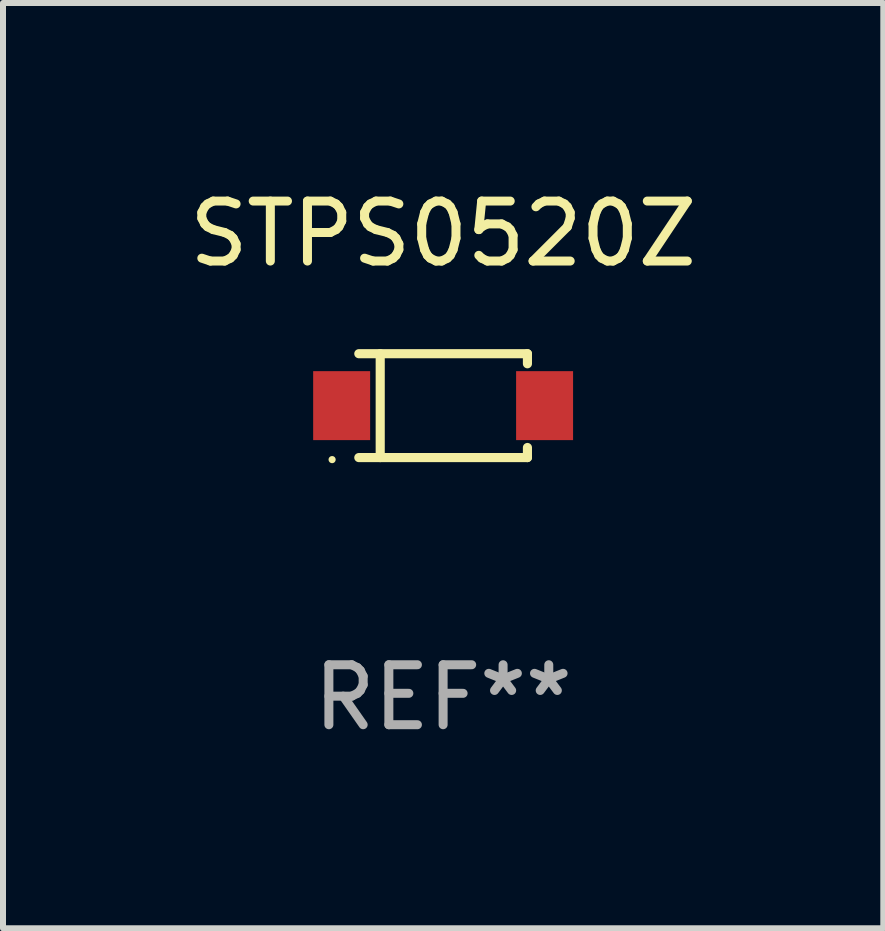
<source format=kicad_pcb>
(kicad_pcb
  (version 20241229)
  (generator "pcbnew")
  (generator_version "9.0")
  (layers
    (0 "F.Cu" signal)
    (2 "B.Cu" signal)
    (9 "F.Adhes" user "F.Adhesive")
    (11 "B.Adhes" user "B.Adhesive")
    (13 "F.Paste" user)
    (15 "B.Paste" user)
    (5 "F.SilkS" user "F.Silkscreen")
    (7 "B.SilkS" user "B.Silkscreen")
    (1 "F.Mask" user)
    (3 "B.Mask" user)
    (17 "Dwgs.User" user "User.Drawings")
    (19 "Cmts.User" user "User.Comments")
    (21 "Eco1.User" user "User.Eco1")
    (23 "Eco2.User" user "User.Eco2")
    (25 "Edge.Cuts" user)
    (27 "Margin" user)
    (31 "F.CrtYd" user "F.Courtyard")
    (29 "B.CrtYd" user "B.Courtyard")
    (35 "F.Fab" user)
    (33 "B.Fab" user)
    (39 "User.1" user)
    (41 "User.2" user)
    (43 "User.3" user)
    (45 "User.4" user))
  (footprint "STPS0520Z"
    (layer "F.Cu")
    (at 4.339 3.714)
    (property "Reference" "STPS0520Z" (at 0 -2.866 0) (layer "F.SilkS") (effects (font (size 1 1) (thickness 0.15))))
    (attr through_hole)
    (fp_line (start -1.406 -0.866) (end 1.406 -0.866) (stroke (width 0.152) (type solid)) (layer "F.SilkS"))
    (fp_line (start -1.406 0.866) (end 1.406 0.866) (stroke (width 0.152) (type solid)) (layer "F.SilkS"))
    (fp_line (start -1.049 -0.866) (end -1.049 0.866) (stroke (width 0.152) (type solid)) (layer "F.SilkS"))
    (fp_line (start 1.406 -0.866) (end 1.406 -0.698) (stroke (width 0.152) (type solid)) (layer "F.SilkS"))
    (fp_line (start 1.406 0.866) (end 1.406 0.698) (stroke (width 0.152) (type solid)) (layer "F.SilkS"))
    (fp_circle (center -1.851 0.9) (end -1.821 0.9) (stroke (width 0.06) (type solid)) (fill no) (layer "F.SilkS"))
    (fp_text user "REF**" (at 0 4.866 0) (layer "F.Fab") (effects (font (size 1 1) (thickness 0.15))))
    (pad "1" smd rect (at -1.692 0) (size 0.95 1.15) (layers "F.Cu" "F.Mask" "F.Paste"))
    (pad "2" smd rect (at 1.692 0) (size 0.95 1.15) (layers "F.Cu" "F.Mask" "F.Paste")))
  (gr_rect
    (start -3 -3)
    (end 11.679 12.429)
    (stroke (width 0.1) (type default))
    (fill no)
    (layer "Edge.Cuts")))
</source>
